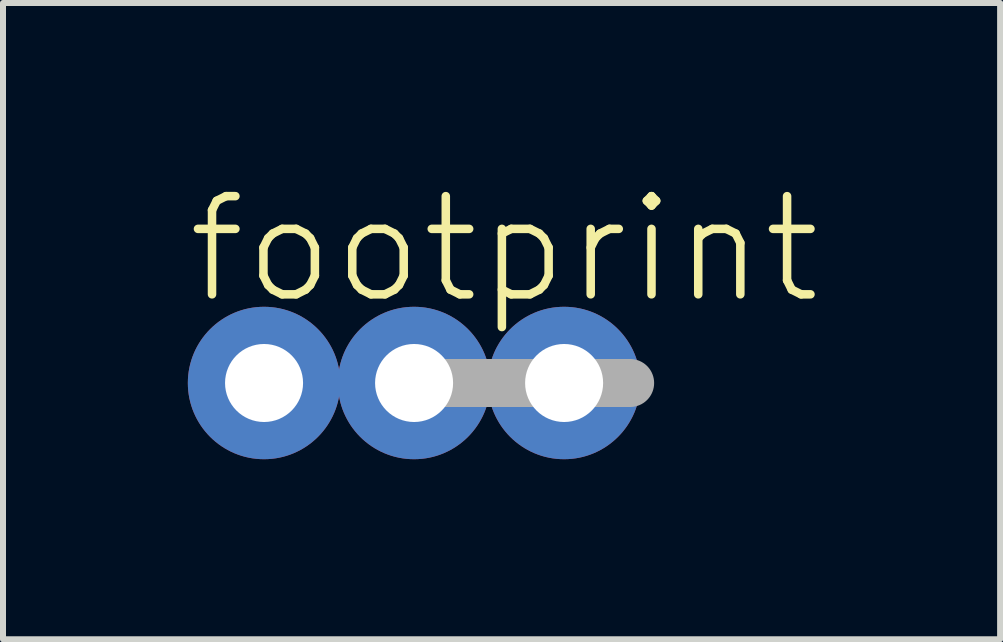
<source format=kicad_pcb>
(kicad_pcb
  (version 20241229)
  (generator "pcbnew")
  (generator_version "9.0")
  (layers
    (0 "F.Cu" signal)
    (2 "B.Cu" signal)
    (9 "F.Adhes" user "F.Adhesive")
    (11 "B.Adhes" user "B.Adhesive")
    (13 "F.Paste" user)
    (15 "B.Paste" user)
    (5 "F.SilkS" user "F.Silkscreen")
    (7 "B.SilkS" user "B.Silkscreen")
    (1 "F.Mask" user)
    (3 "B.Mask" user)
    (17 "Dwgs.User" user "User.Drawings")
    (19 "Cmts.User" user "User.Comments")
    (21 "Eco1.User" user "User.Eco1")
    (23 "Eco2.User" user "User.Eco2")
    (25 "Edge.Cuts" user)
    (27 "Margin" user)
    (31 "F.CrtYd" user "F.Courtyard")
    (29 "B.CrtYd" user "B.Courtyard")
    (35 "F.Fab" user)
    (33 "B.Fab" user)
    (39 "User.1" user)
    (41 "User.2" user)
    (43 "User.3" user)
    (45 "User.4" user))
  (footprint "footprint"
    (layer "F.Cu")
    (at 3.85 3.332)
    (property "Reference" "footprint" (at -3.85 -1.27 0) (layer "F.SilkS") (effects (font (size 1.636 1.636) (thickness 0.142)) (justify left bottom)))
    (fp_line (start 0 0) (end 3.6 0) (stroke (width 0.8) (type solid)) (layer "F.Fab"))
    (pad "1A" thru_hole circle (at -2.5 0) (size 2.54 2.54) (drill 1.3) (layers "*.Cu" "*.Mask"))
    (pad "1B" thru_hole circle (at 0 0) (size 2.54 2.54) (drill 1.3) (layers "*.Cu" "*.Mask"))
    (pad "1C" thru_hole circle (at 2.5 0) (size 2.54 2.54) (drill 1.3) (layers "*.Cu" "*.Mask")))
  (gr_rect
    (start -3 -3)
    (end 13.615 7.602)
    (stroke (width 0.1) (type default))
    (fill no)
    (layer "Edge.Cuts")))
</source>
